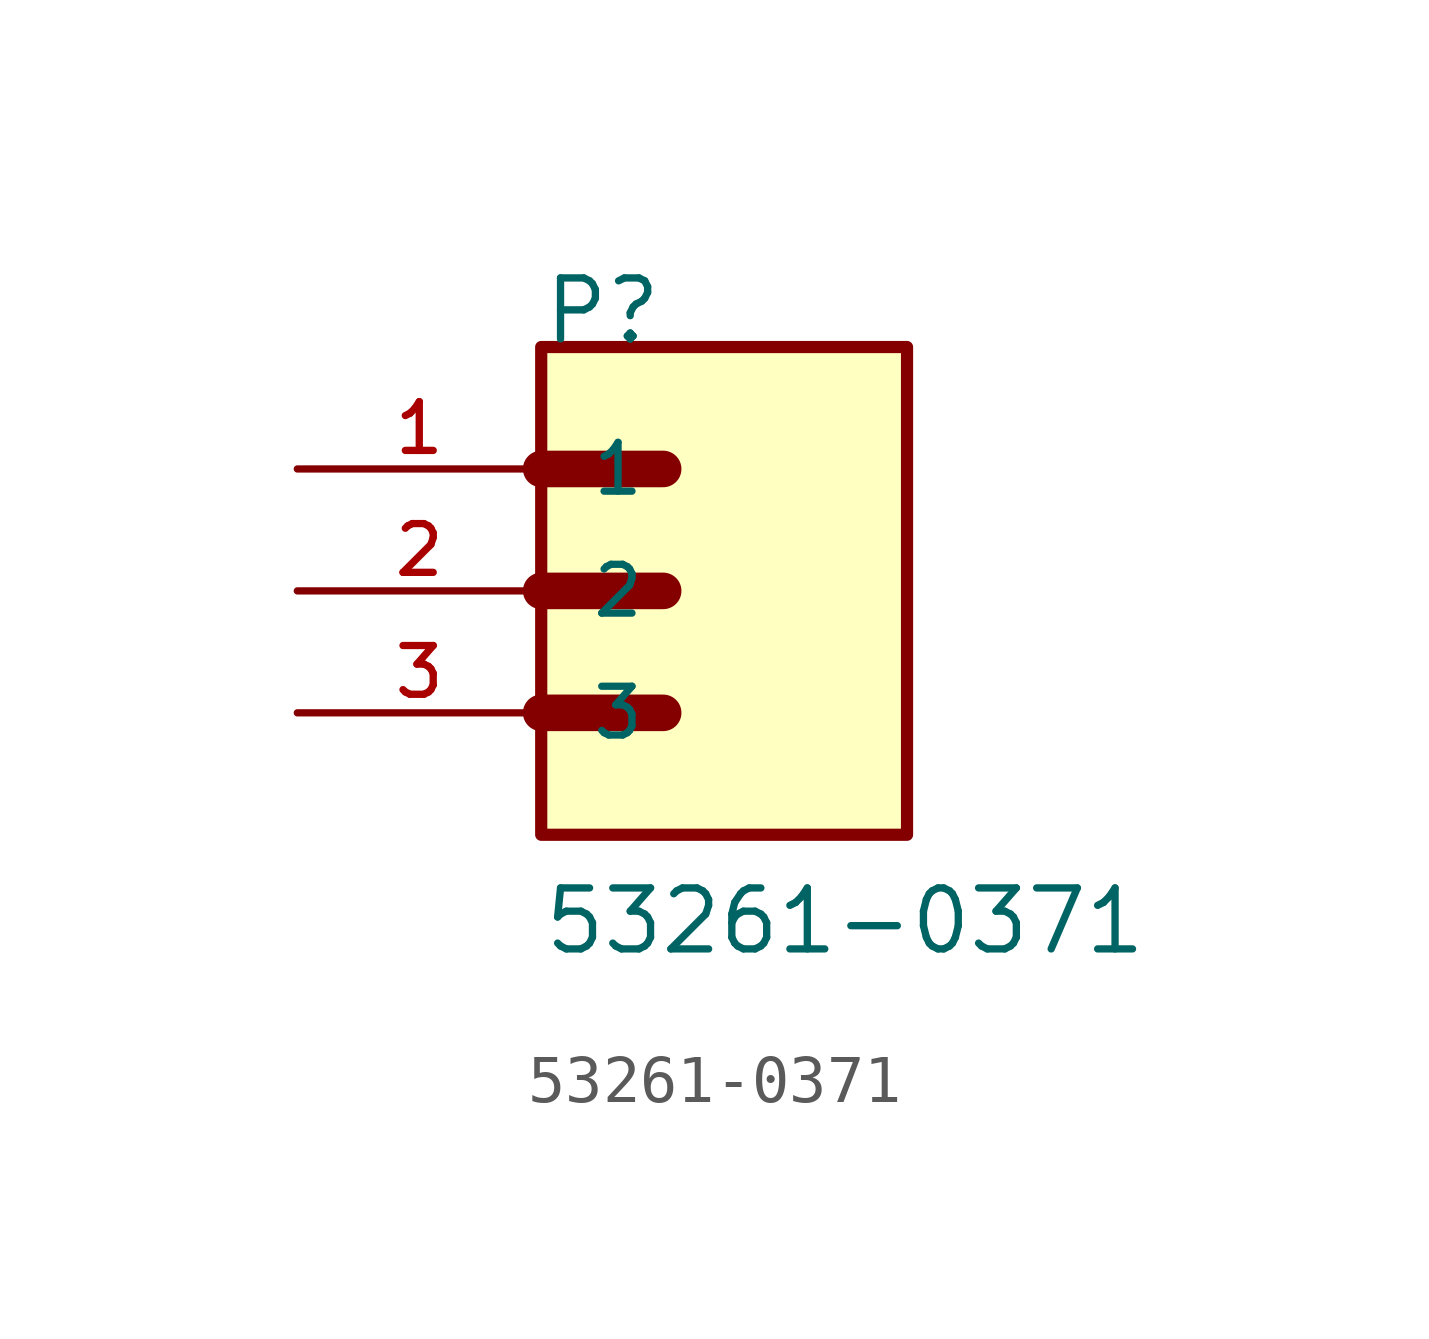
<source format=kicad_sym>
(kicad_symbol_lib
  (version 20211014)
  (generator kicad_symbol_editor)
  (symbol "53261-0371"
    (pin_names
      (offset 1.016))
    (property "Reference" "P"
      (at 0.0 5.086 0)
      (effects (font (size 1.27 1.27)) (justify bottom left)))
    (property "Value" "53261-0371"
      (at 0.0 -7.621 0)
      (effects (font (size 1.27 1.27)) (justify bottom left)))
    (symbol "53261-0371_0_0"
      (polyline (pts (xy 0.0 2.54) (xy 2.54 2.54)) (stroke (width 0.762)))
      (polyline (pts (xy 0.0 0.0) (xy 2.54 0.0)) (stroke (width 0.762)))
      (polyline (pts (xy 0.0 -2.54) (xy 2.54 -2.54)) (stroke (width 0.762)))
      (rectangle (start -4.4408920985e-16 -5.08) (end 7.62 5.08) (stroke (width 0.254)) (fill (type background)))
      (pin passive line (at -5.08 2.54 0) (length 5.08) (name "1" (effects (font (size 1.016 1.016)))) (number "1" (effects (font (size 1.016 1.016)))))
      (pin passive line (at -5.08 0.0 0) (length 5.08) (name "2" (effects (font (size 1.016 1.016)))) (number "2" (effects (font (size 1.016 1.016)))))
      (pin passive line (at -5.08 -2.54 0) (length 5.08) (name "3" (effects (font (size 1.016 1.016)))) (number "3" (effects (font (size 1.016 1.016))))))))
</source>
